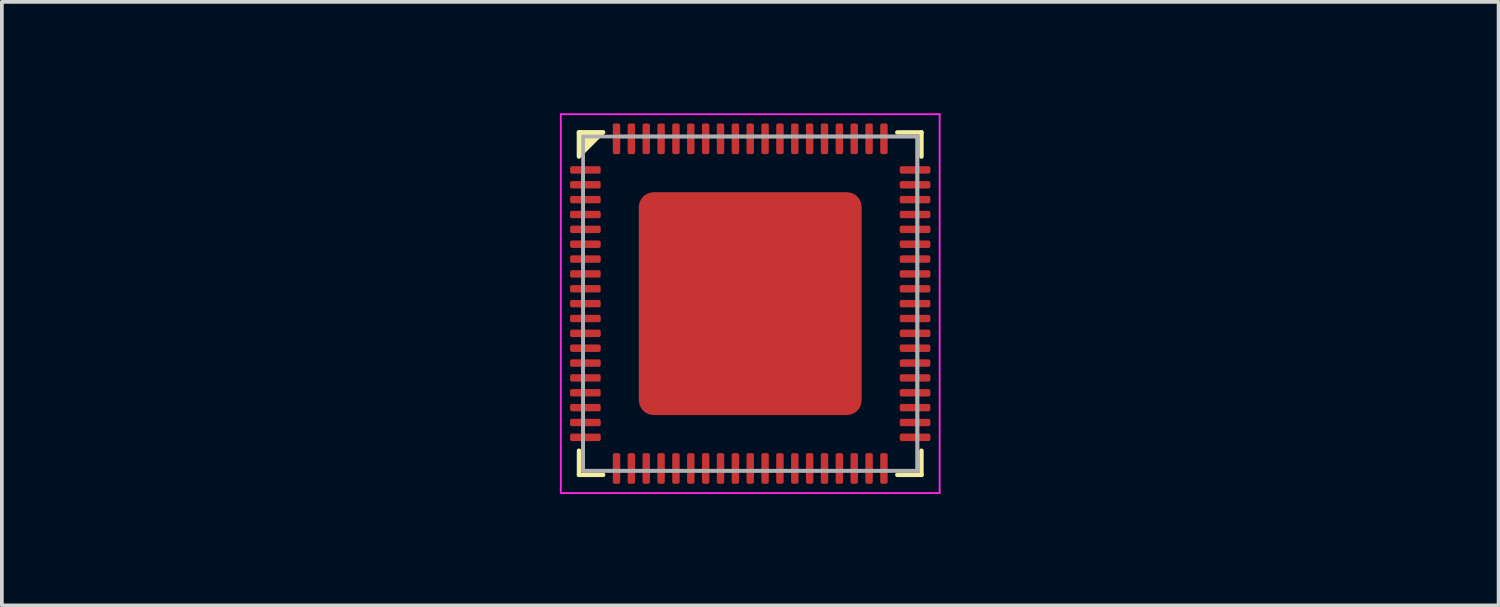
<source format=kicad_pcb>
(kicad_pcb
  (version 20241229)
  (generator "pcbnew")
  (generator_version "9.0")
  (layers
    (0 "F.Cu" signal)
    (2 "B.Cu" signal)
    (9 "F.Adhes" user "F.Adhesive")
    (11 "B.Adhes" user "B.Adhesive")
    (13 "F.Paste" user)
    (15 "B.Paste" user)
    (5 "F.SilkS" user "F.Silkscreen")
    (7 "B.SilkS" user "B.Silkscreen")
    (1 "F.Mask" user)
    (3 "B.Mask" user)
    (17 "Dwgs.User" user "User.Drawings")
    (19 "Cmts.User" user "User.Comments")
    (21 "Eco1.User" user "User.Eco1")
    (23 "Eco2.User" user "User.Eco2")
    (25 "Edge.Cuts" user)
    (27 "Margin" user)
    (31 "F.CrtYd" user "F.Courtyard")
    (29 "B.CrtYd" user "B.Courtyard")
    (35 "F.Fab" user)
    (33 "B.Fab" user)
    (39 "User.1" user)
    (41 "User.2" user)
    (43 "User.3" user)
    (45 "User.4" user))
  (footprint "QFN-76-1EP_9x9mm_P0.4mm_EP3.8x3.8mm"
    (layer "F.Cu")
    (at 17.149 5.125)
    (property "Reference" "QFN-76-1EP_9x9mm_P0.4mm_EP3.8x3.8mm" (at 0 -5.8 0) (layer "User.8") (effects (font (size 1 1) (thickness 0.15))))
    (attr smd)
    (fp_line (start -4.612 -4.612) (end -3.962 -4.612) (stroke (width 0.12) (type solid)) (layer "F.SilkS"))
    (fp_line (start -4.612 -3.962) (end -4.612 -4.612) (stroke (width 0.12) (type solid)) (layer "F.SilkS"))
    (fp_line (start -4.61 4.61) (end -4.61 3.96) (stroke (width 0.12) (type solid)) (layer "F.SilkS"))
    (fp_line (start -3.96 4.61) (end -4.61 4.61) (stroke (width 0.12) (type solid)) (layer "F.SilkS"))
    (fp_line (start 3.96 -4.61) (end 4.61 -4.61) (stroke (width 0.12) (type solid)) (layer "F.SilkS"))
    (fp_line (start 3.96 4.61) (end 4.61 4.61) (stroke (width 0.12) (type solid)) (layer "F.SilkS"))
    (fp_line (start 4.61 -4.61) (end 4.61 -3.96) (stroke (width 0.12) (type solid)) (layer "F.SilkS"))
    (fp_line (start 4.61 4.61) (end 4.61 3.96) (stroke (width 0.12) (type solid)) (layer "F.SilkS"))
    (fp_poly (pts (xy -4.612 -4.612) (xy -3.962 -4.612) (xy -4.612 -3.962)) (stroke (width 0.1) (type solid)) (fill yes) (layer "F.SilkS"))
    (fp_line (start -5.1 -5.1) (end -5.1 5.1) (stroke (width 0.05) (type solid)) (layer "F.CrtYd"))
    (fp_line (start -5.1 5.1) (end 5.1 5.1) (stroke (width 0.05) (type solid)) (layer "F.CrtYd"))
    (fp_line (start 5.1 -5.1) (end -5.1 -5.1) (stroke (width 0.05) (type solid)) (layer "F.CrtYd"))
    (fp_line (start 5.1 5.1) (end 5.1 -5.1) (stroke (width 0.05) (type solid)) (layer "F.CrtYd"))
    (fp_line (start -4.5 4.5) (end -4.5 -3.5) (stroke (width 0.1) (type solid)) (layer "F.Fab"))
    (fp_line (start -3.5 -4.5) (end 4.5 -4.5) (stroke (width 0.1) (type solid)) (layer "F.Fab"))
    (fp_line (start 4.5 -4.5) (end 4.5 4.5) (stroke (width 0.1) (type solid)) (layer "F.Fab"))
    (fp_line (start 4.5 4.5) (end -4.5 4.5) (stroke (width 0.1) (type solid)) (layer "F.Fab"))
    (fp_rect (start -4.5 -4.5) (end 4.5 4.5) (stroke (width 0.1) (type default)) (fill no) (layer "F.Fab"))
    (fp_text user "${REFERENCE}" (at 0 0 0) (layer "User.9") (effects (font (size 1 1) (thickness 0.15))))
    (pad "" smd roundrect (at -1.27 -1.27) (size 1.02 1.02) (layers "F.Paste") (roundrect_rratio 0.245))
    (pad "" smd roundrect (at -1.27 0) (size 1.02 1.02) (layers "F.Paste") (roundrect_rratio 0.245))
    (pad "" smd roundrect (at -1.27 1.27) (size 1.02 1.02) (layers "F.Paste") (roundrect_rratio 0.245))
    (pad "" smd roundrect (at 0 -1.27) (size 1.02 1.02) (layers "F.Paste") (roundrect_rratio 0.245))
    (pad "" smd roundrect (at 0 0) (size 1.02 1.02) (layers "F.Paste") (roundrect_rratio 0.245))
    (pad "" smd roundrect (at 0 1.27) (size 1.02 1.02) (layers "F.Paste") (roundrect_rratio 0.245))
    (pad "" smd roundrect (at 1.27 -1.27) (size 1.02 1.02) (layers "F.Paste") (roundrect_rratio 0.245))
    (pad "" smd roundrect (at 1.27 0) (size 1.02 1.02) (layers "F.Paste") (roundrect_rratio 0.245))
    (pad "" smd roundrect (at 1.27 1.27) (size 1.02 1.02) (layers "F.Paste") (roundrect_rratio 0.245))
    (pad "1" smd roundrect (at -4.438 -3.6) (size 0.825 0.2) (layers "F.Cu" "F.Mask" "F.Paste") (roundrect_rratio 0.25))
    (pad "2" smd roundrect (at -4.438 -3.2) (size 0.825 0.2) (layers "F.Cu" "F.Mask" "F.Paste") (roundrect_rratio 0.25))
    (pad "3" smd roundrect (at -4.438 -2.8) (size 0.825 0.2) (layers "F.Cu" "F.Mask" "F.Paste") (roundrect_rratio 0.25))
    (pad "4" smd roundrect (at -4.438 -2.4) (size 0.825 0.2) (layers "F.Cu" "F.Mask" "F.Paste") (roundrect_rratio 0.25))
    (pad "5" smd roundrect (at -4.438 -2) (size 0.825 0.2) (layers "F.Cu" "F.Mask" "F.Paste") (roundrect_rratio 0.25))
    (pad "6" smd roundrect (at -4.438 -1.6) (size 0.825 0.2) (layers "F.Cu" "F.Mask" "F.Paste") (roundrect_rratio 0.25))
    (pad "7" smd roundrect (at -4.438 -1.2) (size 0.825 0.2) (layers "F.Cu" "F.Mask" "F.Paste") (roundrect_rratio 0.25))
    (pad "8" smd roundrect (at -4.438 -0.8) (size 0.825 0.2) (layers "F.Cu" "F.Mask" "F.Paste") (roundrect_rratio 0.25))
    (pad "9" smd roundrect (at -4.438 -0.4) (size 0.825 0.2) (layers "F.Cu" "F.Mask" "F.Paste") (roundrect_rratio 0.25))
    (pad "10" smd roundrect (at -4.438 0) (size 0.825 0.2) (layers "F.Cu" "F.Mask" "F.Paste") (roundrect_rratio 0.25))
    (pad "11" smd roundrect (at -4.438 0.4) (size 0.825 0.2) (layers "F.Cu" "F.Mask" "F.Paste") (roundrect_rratio 0.25))
    (pad "12" smd roundrect (at -4.438 0.8) (size 0.825 0.2) (layers "F.Cu" "F.Mask" "F.Paste") (roundrect_rratio 0.25))
    (pad "13" smd roundrect (at -4.438 1.2) (size 0.825 0.2) (layers "F.Cu" "F.Mask" "F.Paste") (roundrect_rratio 0.25))
    (pad "14" smd roundrect (at -4.438 1.6) (size 0.825 0.2) (layers "F.Cu" "F.Mask" "F.Paste") (roundrect_rratio 0.25))
    (pad "15" smd roundrect (at -4.438 2) (size 0.825 0.2) (layers "F.Cu" "F.Mask" "F.Paste") (roundrect_rratio 0.25))
    (pad "16" smd roundrect (at -4.438 2.4) (size 0.825 0.2) (layers "F.Cu" "F.Mask" "F.Paste") (roundrect_rratio 0.25))
    (pad "17" smd roundrect (at -4.438 2.8) (size 0.825 0.2) (layers "F.Cu" "F.Mask" "F.Paste") (roundrect_rratio 0.25))
    (pad "18" smd roundrect (at -4.438 3.2) (size 0.825 0.2) (layers "F.Cu" "F.Mask" "F.Paste") (roundrect_rratio 0.25))
    (pad "19" smd roundrect (at -4.438 3.6) (size 0.825 0.2) (layers "F.Cu" "F.Mask" "F.Paste") (roundrect_rratio 0.25))
    (pad "20" smd roundrect (at -3.6 4.438) (size 0.2 0.825) (layers "F.Cu" "F.Mask" "F.Paste") (roundrect_rratio 0.25))
    (pad "21" smd roundrect (at -3.2 4.438) (size 0.2 0.825) (layers "F.Cu" "F.Mask" "F.Paste") (roundrect_rratio 0.25))
    (pad "22" smd roundrect (at -2.8 4.438) (size 0.2 0.825) (layers "F.Cu" "F.Mask" "F.Paste") (roundrect_rratio 0.25))
    (pad "23" smd roundrect (at -2.4 4.438) (size 0.2 0.825) (layers "F.Cu" "F.Mask" "F.Paste") (roundrect_rratio 0.25))
    (pad "24" smd roundrect (at -2 4.438) (size 0.2 0.825) (layers "F.Cu" "F.Mask" "F.Paste") (roundrect_rratio 0.25))
    (pad "25" smd roundrect (at -1.6 4.438) (size 0.2 0.825) (layers "F.Cu" "F.Mask" "F.Paste") (roundrect_rratio 0.25))
    (pad "26" smd roundrect (at -1.2 4.438) (size 0.2 0.825) (layers "F.Cu" "F.Mask" "F.Paste") (roundrect_rratio 0.25))
    (pad "27" smd roundrect (at -0.8 4.438) (size 0.2 0.825) (layers "F.Cu" "F.Mask" "F.Paste") (roundrect_rratio 0.25))
    (pad "28" smd roundrect (at -0.4 4.438) (size 0.2 0.825) (layers "F.Cu" "F.Mask" "F.Paste") (roundrect_rratio 0.25))
    (pad "29" smd roundrect (at 0 4.438) (size 0.2 0.825) (layers "F.Cu" "F.Mask" "F.Paste") (roundrect_rratio 0.25))
    (pad "30" smd roundrect (at 0.4 4.438) (size 0.2 0.825) (layers "F.Cu" "F.Mask" "F.Paste") (roundrect_rratio 0.25))
    (pad "31" smd roundrect (at 0.8 4.438) (size 0.2 0.825) (layers "F.Cu" "F.Mask" "F.Paste") (roundrect_rratio 0.25))
    (pad "32" smd roundrect (at 1.2 4.438) (size 0.2 0.825) (layers "F.Cu" "F.Mask" "F.Paste") (roundrect_rratio 0.25))
    (pad "33" smd roundrect (at 1.6 4.438) (size 0.2 0.825) (layers "F.Cu" "F.Mask" "F.Paste") (roundrect_rratio 0.25))
    (pad "34" smd roundrect (at 2 4.438) (size 0.2 0.825) (layers "F.Cu" "F.Mask" "F.Paste") (roundrect_rratio 0.25))
    (pad "35" smd roundrect (at 2.4 4.438) (size 0.2 0.825) (layers "F.Cu" "F.Mask" "F.Paste") (roundrect_rratio 0.25))
    (pad "36" smd roundrect (at 2.8 4.438) (size 0.2 0.825) (layers "F.Cu" "F.Mask" "F.Paste") (roundrect_rratio 0.25))
    (pad "37" smd roundrect (at 3.2 4.438) (size 0.2 0.825) (layers "F.Cu" "F.Mask" "F.Paste") (roundrect_rratio 0.25))
    (pad "38" smd roundrect (at 3.6 4.438) (size 0.2 0.825) (layers "F.Cu" "F.Mask" "F.Paste") (roundrect_rratio 0.25))
    (pad "39" smd roundrect (at 4.438 3.6) (size 0.825 0.2) (layers "F.Cu" "F.Mask" "F.Paste") (roundrect_rratio 0.25))
    (pad "40" smd roundrect (at 4.438 3.2) (size 0.825 0.2) (layers "F.Cu" "F.Mask" "F.Paste") (roundrect_rratio 0.25))
    (pad "41" smd roundrect (at 4.438 2.8) (size 0.825 0.2) (layers "F.Cu" "F.Mask" "F.Paste") (roundrect_rratio 0.25))
    (pad "42" smd roundrect (at 4.438 2.4) (size 0.825 0.2) (layers "F.Cu" "F.Mask" "F.Paste") (roundrect_rratio 0.25))
    (pad "43" smd roundrect (at 4.438 2) (size 0.825 0.2) (layers "F.Cu" "F.Mask" "F.Paste") (roundrect_rratio 0.25))
    (pad "44" smd roundrect (at 4.438 1.6) (size 0.825 0.2) (layers "F.Cu" "F.Mask" "F.Paste") (roundrect_rratio 0.25))
    (pad "45" smd roundrect (at 4.438 1.2) (size 0.825 0.2) (layers "F.Cu" "F.Mask" "F.Paste") (roundrect_rratio 0.25))
    (pad "46" smd roundrect (at 4.438 0.8) (size 0.825 0.2) (layers "F.Cu" "F.Mask" "F.Paste") (roundrect_rratio 0.25))
    (pad "47" smd roundrect (at 4.438 0.4) (size 0.825 0.2) (layers "F.Cu" "F.Mask" "F.Paste") (roundrect_rratio 0.25))
    (pad "48" smd roundrect (at 4.438 0) (size 0.825 0.2) (layers "F.Cu" "F.Mask" "F.Paste") (roundrect_rratio 0.25))
    (pad "49" smd roundrect (at 4.438 -0.4) (size 0.825 0.2) (layers "F.Cu" "F.Mask" "F.Paste") (roundrect_rratio 0.25))
    (pad "50" smd roundrect (at 4.438 -0.8) (size 0.825 0.2) (layers "F.Cu" "F.Mask" "F.Paste") (roundrect_rratio 0.25))
    (pad "51" smd roundrect (at 4.438 -1.2) (size 0.825 0.2) (layers "F.Cu" "F.Mask" "F.Paste") (roundrect_rratio 0.25))
    (pad "52" smd roundrect (at 4.438 -1.6) (size 0.825 0.2) (layers "F.Cu" "F.Mask" "F.Paste") (roundrect_rratio 0.25))
    (pad "53" smd roundrect (at 4.438 -2) (size 0.825 0.2) (layers "F.Cu" "F.Mask" "F.Paste") (roundrect_rratio 0.25))
    (pad "54" smd roundrect (at 4.438 -2.4) (size 0.825 0.2) (layers "F.Cu" "F.Mask" "F.Paste") (roundrect_rratio 0.25))
    (pad "55" smd roundrect (at 4.438 -2.8) (size 0.825 0.2) (layers "F.Cu" "F.Mask" "F.Paste") (roundrect_rratio 0.25))
    (pad "56" smd roundrect (at 4.438 -3.2) (size 0.825 0.2) (layers "F.Cu" "F.Mask" "F.Paste") (roundrect_rratio 0.25))
    (pad "57" smd roundrect (at 4.438 -3.6) (size 0.825 0.2) (layers "F.Cu" "F.Mask" "F.Paste") (roundrect_rratio 0.25))
    (pad "58" smd roundrect (at 3.6 -4.438) (size 0.2 0.825) (layers "F.Cu" "F.Mask" "F.Paste") (roundrect_rratio 0.25))
    (pad "59" smd roundrect (at 3.2 -4.438) (size 0.2 0.825) (layers "F.Cu" "F.Mask" "F.Paste") (roundrect_rratio 0.25))
    (pad "60" smd roundrect (at 2.8 -4.438) (size 0.2 0.825) (layers "F.Cu" "F.Mask" "F.Paste") (roundrect_rratio 0.25))
    (pad "61" smd roundrect (at 2.4 -4.438) (size 0.2 0.825) (layers "F.Cu" "F.Mask" "F.Paste") (roundrect_rratio 0.25))
    (pad "62" smd roundrect (at 2 -4.438) (size 0.2 0.825) (layers "F.Cu" "F.Mask" "F.Paste") (roundrect_rratio 0.25))
    (pad "63" smd roundrect (at 1.6 -4.438) (size 0.2 0.825) (layers "F.Cu" "F.Mask" "F.Paste") (roundrect_rratio 0.25))
    (pad "64" smd roundrect (at 1.2 -4.438) (size 0.2 0.825) (layers "F.Cu" "F.Mask" "F.Paste") (roundrect_rratio 0.25))
    (pad "65" smd roundrect (at 0.8 -4.438) (size 0.2 0.825) (layers "F.Cu" "F.Mask" "F.Paste") (roundrect_rratio 0.25))
    (pad "66" smd roundrect (at 0.4 -4.438) (size 0.2 0.825) (layers "F.Cu" "F.Mask" "F.Paste") (roundrect_rratio 0.25))
    (pad "67" smd roundrect (at 0 -4.438) (size 0.2 0.825) (layers "F.Cu" "F.Mask" "F.Paste") (roundrect_rratio 0.25))
    (pad "68" smd roundrect (at -0.4 -4.438) (size 0.2 0.825) (layers "F.Cu" "F.Mask" "F.Paste") (roundrect_rratio 0.25))
    (pad "69" smd roundrect (at -0.8 -4.438) (size 0.2 0.825) (layers "F.Cu" "F.Mask" "F.Paste") (roundrect_rratio 0.25))
    (pad "70" smd roundrect (at -1.2 -4.438) (size 0.2 0.825) (layers "F.Cu" "F.Mask" "F.Paste") (roundrect_rratio 0.25))
    (pad "71" smd roundrect (at -1.6 -4.438) (size 0.2 0.825) (layers "F.Cu" "F.Mask" "F.Paste") (roundrect_rratio 0.25))
    (pad "72" smd roundrect (at -2 -4.438) (size 0.2 0.825) (layers "F.Cu" "F.Mask" "F.Paste") (roundrect_rratio 0.25))
    (pad "73" smd roundrect (at -2.4 -4.438) (size 0.2 0.825) (layers "F.Cu" "F.Mask" "F.Paste") (roundrect_rratio 0.25))
    (pad "74" smd roundrect (at -2.8 -4.438) (size 0.2 0.825) (layers "F.Cu" "F.Mask" "F.Paste") (roundrect_rratio 0.25))
    (pad "75" smd roundrect (at -3.2 -4.438) (size 0.2 0.825) (layers "F.Cu" "F.Mask" "F.Paste") (roundrect_rratio 0.25))
    (pad "76" smd roundrect (at -3.6 -4.438) (size 0.2 0.825) (layers "F.Cu" "F.Mask" "F.Paste") (roundrect_rratio 0.25))
    (pad "77" smd roundrect (at 0 0) (size 6 6) (property pad_prop_heatsink) (layers "F.Cu" "F.Mask") (roundrect_rratio 0.066)))
  (gr_rect
    (start -3 -3)
    (end 37.298 13.25)
    (stroke (width 0.1) (type default))
    (fill no)
    (layer "Edge.Cuts")))
</source>
